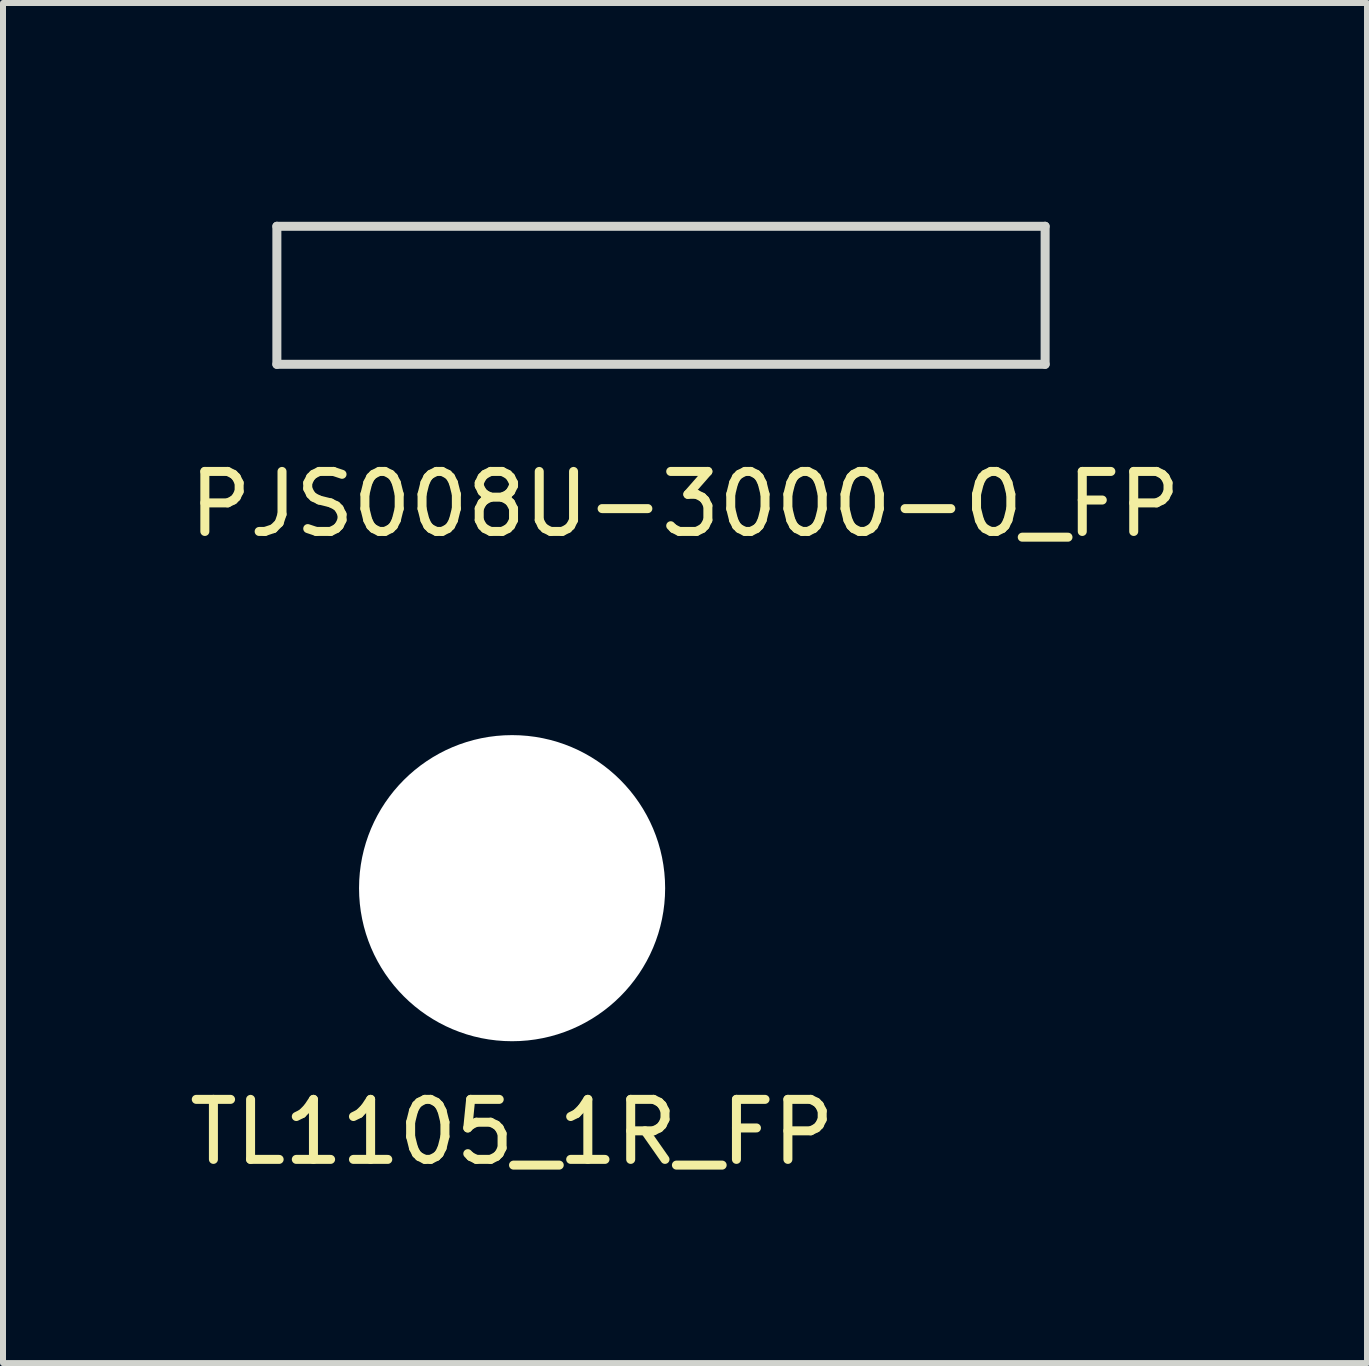
<source format=kicad_pcb>
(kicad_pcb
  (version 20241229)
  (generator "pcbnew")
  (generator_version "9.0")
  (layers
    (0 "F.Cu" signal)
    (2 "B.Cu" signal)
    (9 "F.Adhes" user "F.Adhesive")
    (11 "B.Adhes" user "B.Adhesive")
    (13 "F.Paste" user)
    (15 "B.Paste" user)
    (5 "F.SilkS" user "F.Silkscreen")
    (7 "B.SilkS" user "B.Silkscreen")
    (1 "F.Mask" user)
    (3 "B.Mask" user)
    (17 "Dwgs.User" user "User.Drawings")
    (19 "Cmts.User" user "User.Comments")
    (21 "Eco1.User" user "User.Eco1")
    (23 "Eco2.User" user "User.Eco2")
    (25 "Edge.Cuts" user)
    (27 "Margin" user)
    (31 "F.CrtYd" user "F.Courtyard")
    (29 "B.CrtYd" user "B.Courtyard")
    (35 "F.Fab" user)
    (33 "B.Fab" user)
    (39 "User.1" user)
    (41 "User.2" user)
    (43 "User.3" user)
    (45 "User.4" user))
  (footprint "PJS008U-3000-0_FP"
    (layer "F.Cu")
    (at 8.363 0.25)
    (property "Reference" "PJS008U-3000-0_FP" (at 0 5.1 0) (layer "F.SilkS") (effects (font (size 1 1) (thickness 0.15))))
    (attr through_hole)
    (fp_line (start -6.8 0.47) (end -6.8 2.77) (stroke (width 0.15) (type solid)) (layer "Edge.Cuts"))
    (fp_line (start -6.8 0.47) (end 6 0.47) (stroke (width 0.15) (type solid)) (layer "Edge.Cuts"))
    (fp_line (start -6.8 2.77) (end 6 2.77) (stroke (width 0.15) (type solid)) (layer "Edge.Cuts"))
    (fp_line (start 6 0.47) (end 6 2.77) (stroke (width 0.15) (type solid)) (layer "Edge.Cuts")))
  (footprint "TL1105_1R_FP"
    (layer "F.Cu")
    (at 5.482 11.748)
    (property "Reference" "TL1105_1R_FP" (at 0 4.064 0) (layer "F.SilkS") (effects (font (size 1 1) (thickness 0.15))))
    (attr through_hole)
    (pad "" np_thru_hole circle (at 0 0) (size 5.1 5.1) (drill 5.1) (layers "*.Cu" "*.Mask")))
  (gr_rect
    (start -3 -3)
    (end 19.726 19.66)
    (stroke (width 0.1) (type default))
    (fill no)
    (layer "Edge.Cuts")))
</source>
